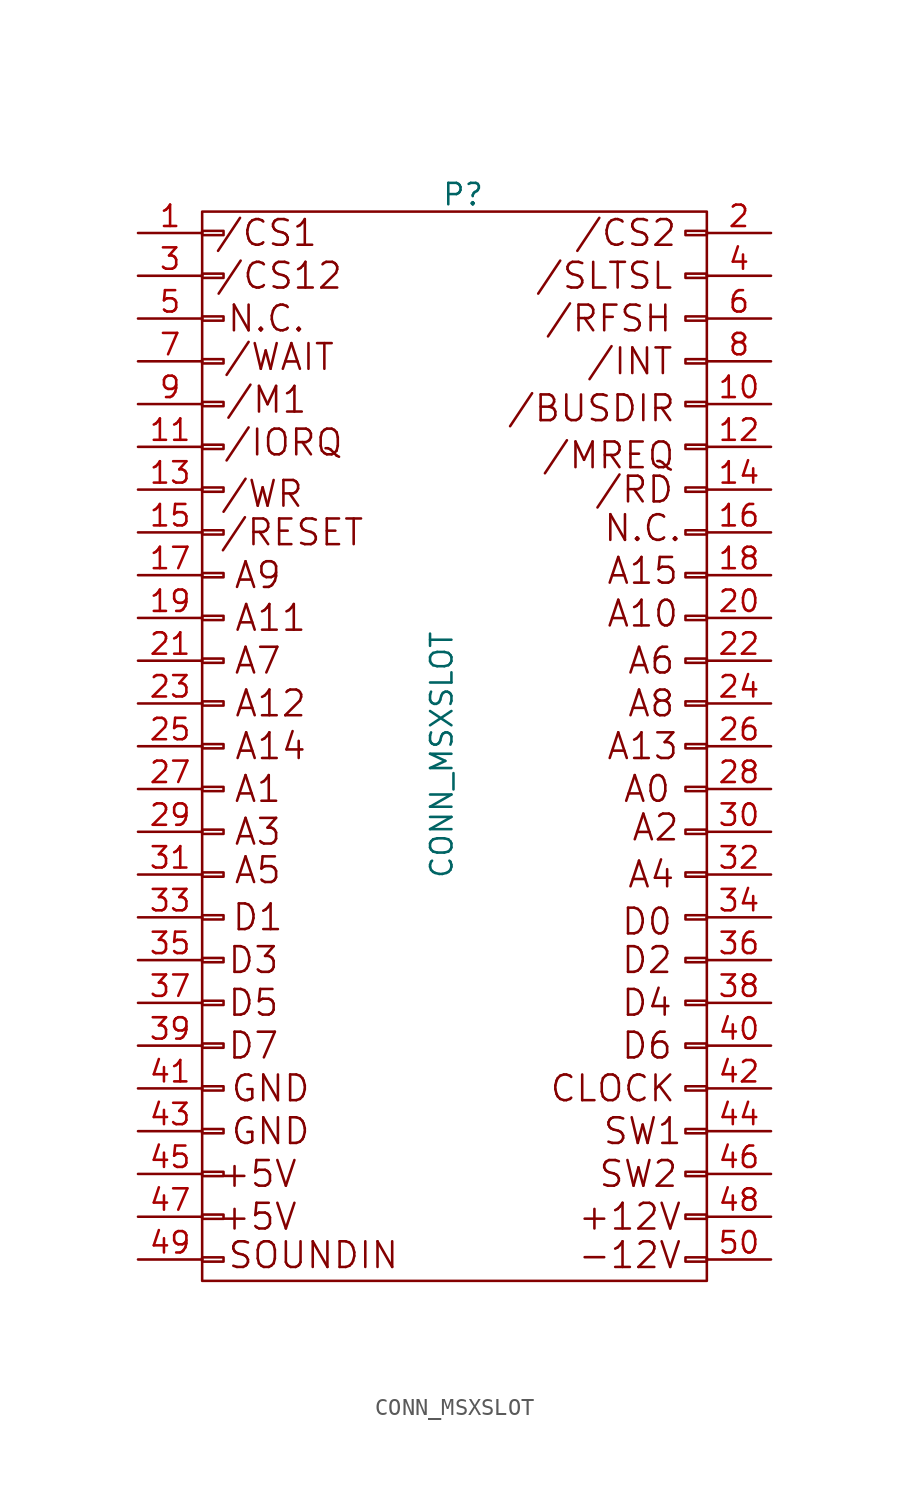
<source format=kicad_sym>
(kicad_symbol_lib
  (version 20211014)
  (generator kicad_symbol_editor)
  (symbol "CONN_MSXSLOT"
    (pin_names
      (offset 0.025) hide)
    (property "Reference" "P"
      (at -2.54 22.86 0)
      (effects (font (size 1.27 1.27))))
    (property "Value" "CONN_MSXSLOT"
      (at -3.81 -10.414 90)
      (effects (font (size 1.27 1.27))))
    (property "Footprint" ""
      (at -15.494 -28.956 0)
      (effects (font (size 1.27 1.27))))
    (property "Datasheet" ""
      (at -15.494 -28.956 0)
      (effects (font (size 1.27 1.27))))
    (symbol "CONN_MSXSLOT_0_0"
      (text "+12V" (at 7.366 -37.846 0) (effects (font (size 1.524 1.524))))
      (text "+5V" (at -14.732 -37.846 0) (effects (font (size 1.524 1.524))))
      (text "+5V" (at -14.732 -35.306 0) (effects (font (size 1.524 1.524))))
      (text "-12V" (at 7.366 -40.132 0) (effects (font (size 1.524 1.524))))
      (text "/BUSDIR" (at 5.08 10.16 0) (effects (font (size 1.524 1.524))))
      (text "/CS1" (at -14.224 20.574 0) (effects (font (size 1.524 1.524))))
      (text "/CS12" (at -13.462 18.034 0) (effects (font (size 1.524 1.524))))
      (text "/CS2" (at 7.112 20.574 0) (effects (font (size 1.524 1.524))))
      (text "/INT" (at 7.366 12.954 0) (effects (font (size 1.524 1.524))))
      (text "/IORQ" (at -13.208 8.128 0) (effects (font (size 1.524 1.524))))
      (text "/M1" (at -14.224 10.668 0) (effects (font (size 1.524 1.524))))
      (text "/MREQ" (at 6.096 7.366 0) (effects (font (size 1.524 1.524))))
      (text "/RD" (at 7.62 5.334 0) (effects (font (size 1.524 1.524))))
      (text "/RESET" (at -12.7 2.794 0) (effects (font (size 1.524 1.524))))
      (text "/RFSH" (at 6.096 15.494 0) (effects (font (size 1.524 1.524))))
      (text "/SLTSL" (at 5.842 18.034 0) (effects (font (size 1.524 1.524))))
      (text "/WAIT" (at -13.462 13.208 0) (effects (font (size 1.524 1.524))))
      (text "/WR" (at -14.478 5.08 0) (effects (font (size 1.524 1.524))))
      (text "A0" (at 8.382 -12.446 0) (effects (font (size 1.524 1.524))))
      (text "A1" (at -14.732 -12.446 0) (effects (font (size 1.524 1.524))))
      (text "A10" (at 8.128 -2.032 0) (effects (font (size 1.524 1.524))))
      (text "A11" (at -13.97 -2.286 0) (effects (font (size 1.524 1.524))))
      (text "A12" (at -13.97 -7.366 0) (effects (font (size 1.524 1.524))))
      (text "A13" (at 8.128 -9.906 0) (effects (font (size 1.524 1.524))))
      (text "A14" (at -13.97 -9.906 0) (effects (font (size 1.524 1.524))))
      (text "A15" (at 8.128 0.508 0) (effects (font (size 1.524 1.524))))
      (text "A2" (at 8.89 -14.732 0) (effects (font (size 1.524 1.524))))
      (text "A3" (at -14.732 -14.986 0) (effects (font (size 1.524 1.524))))
      (text "A4" (at 8.636 -17.526 0) (effects (font (size 1.524 1.524))))
      (text "A5" (at -14.732 -17.272 0) (effects (font (size 1.524 1.524))))
      (text "A6" (at 8.636 -4.826 0) (effects (font (size 1.524 1.524))))
      (text "A7" (at -14.732 -4.826 0) (effects (font (size 1.524 1.524))))
      (text "A8" (at 8.636 -7.366 0) (effects (font (size 1.524 1.524))))
      (text "A9" (at -14.732 0.254 0) (effects (font (size 1.524 1.524))))
      (text "CLOCK" (at 6.35 -30.226 0) (effects (font (size 1.524 1.524))))
      (text "D0" (at 8.382 -20.32 0) (effects (font (size 1.524 1.524))))
      (text "D1" (at -14.732 -20.066 0) (effects (font (size 1.524 1.524))))
      (text "D2" (at 8.382 -22.606 0) (effects (font (size 1.524 1.524))))
      (text "D3" (at -14.986 -22.606 0) (effects (font (size 1.524 1.524))))
      (text "D4" (at 8.382 -25.146 0) (effects (font (size 1.524 1.524))))
      (text "D5" (at -14.986 -25.146 0) (effects (font (size 1.524 1.524))))
      (text "D6" (at 8.382 -27.686 0) (effects (font (size 1.524 1.524))))
      (text "D7" (at -14.986 -27.686 0) (effects (font (size 1.524 1.524))))
      (text "GND" (at -13.97 -32.766 0) (effects (font (size 1.524 1.524))))
      (text "GND" (at -13.97 -30.226 0) (effects (font (size 1.524 1.524))))
      (text "N.C." (at -14.224 15.494 0) (effects (font (size 1.524 1.524))))
      (text "N.C." (at 8.128 3.048 0) (effects (font (size 1.524 1.524))))
      (text "SOUNDIN" (at -11.43 -40.132 0) (effects (font (size 1.524 1.524))))
      (text "SW1" (at 8.128 -32.766 0) (effects (font (size 1.524 1.524))))
      (text "SW2" (at 7.874 -35.306 0) (effects (font (size 1.524 1.524)))))
    (symbol "CONN_MSXSLOT_0_1"
      (rectangle (start -18.034 -40.259) (end -16.764 -40.513) (stroke (width 0) (type default) (color 0 0 0 0)) (fill (type none)))
      (rectangle (start -18.034 -37.719) (end -16.764 -37.973) (stroke (width 0) (type default) (color 0 0 0 0)) (fill (type none)))
      (rectangle (start -18.034 -35.179) (end -16.764 -35.433) (stroke (width 0) (type default) (color 0 0 0 0)) (fill (type none)))
      (rectangle (start -18.034 -32.639) (end -16.764 -32.893) (stroke (width 0) (type default) (color 0 0 0 0)) (fill (type none)))
      (rectangle (start -18.034 -30.099) (end -16.764 -30.353) (stroke (width 0) (type default) (color 0 0 0 0)) (fill (type none)))
      (rectangle (start -18.034 -27.559) (end -16.764 -27.813) (stroke (width 0) (type default) (color 0 0 0 0)) (fill (type none)))
      (rectangle (start -18.034 -25.019) (end -16.764 -25.273) (stroke (width 0) (type default) (color 0 0 0 0)) (fill (type none)))
      (rectangle (start -18.034 -22.479) (end -16.764 -22.733) (stroke (width 0) (type default) (color 0 0 0 0)) (fill (type none)))
      (rectangle (start -18.034 -19.939) (end -16.764 -20.193) (stroke (width 0) (type default) (color 0 0 0 0)) (fill (type none)))
      (rectangle (start -18.034 -17.399) (end -16.764 -17.653) (stroke (width 0) (type default) (color 0 0 0 0)) (fill (type none)))
      (rectangle (start -18.034 -14.859) (end -16.764 -15.113) (stroke (width 0) (type default) (color 0 0 0 0)) (fill (type none)))
      (rectangle (start -18.034 -12.319) (end -16.764 -12.573) (stroke (width 0) (type default) (color 0 0 0 0)) (fill (type none)))
      (rectangle (start -18.034 -9.779) (end -16.764 -10.033) (stroke (width 0) (type default) (color 0 0 0 0)) (fill (type none)))
      (rectangle (start -18.034 -7.239) (end -16.764 -7.493) (stroke (width 0) (type default) (color 0 0 0 0)) (fill (type none)))
      (rectangle (start -18.034 -4.699) (end -16.764 -4.953) (stroke (width 0) (type default) (color 0 0 0 0)) (fill (type none)))
      (rectangle (start -18.034 -2.159) (end -16.764 -2.413) (stroke (width 0) (type default) (color 0 0 0 0)) (fill (type none)))
      (rectangle (start -18.034 0.381) (end -16.764 0.127) (stroke (width 0) (type default) (color 0 0 0 0)) (fill (type none)))
      (rectangle (start -18.034 2.921) (end -16.764 2.667) (stroke (width 0) (type default) (color 0 0 0 0)) (fill (type none)))
      (rectangle (start -18.034 5.461) (end -16.764 5.207) (stroke (width 0) (type default) (color 0 0 0 0)) (fill (type none)))
      (rectangle (start -18.034 8.001) (end -16.764 7.747) (stroke (width 0) (type default) (color 0 0 0 0)) (fill (type none)))
      (rectangle (start -18.034 10.541) (end -16.764 10.287) (stroke (width 0) (type default) (color 0 0 0 0)) (fill (type none)))
      (rectangle (start -18.034 13.081) (end -16.764 12.827) (stroke (width 0) (type default) (color 0 0 0 0)) (fill (type none)))
      (rectangle (start -18.034 15.621) (end -16.764 15.367) (stroke (width 0) (type default) (color 0 0 0 0)) (fill (type none)))
      (rectangle (start -18.034 18.161) (end -16.764 17.907) (stroke (width 0) (type default) (color 0 0 0 0)) (fill (type none)))
      (rectangle (start -18.034 20.701) (end -16.764 20.447) (stroke (width 0) (type default) (color 0 0 0 0)) (fill (type none)))
      (rectangle (start -18.034 21.844) (end 11.938 -41.656) (stroke (width 0) (type default) (color 0 0 0 0)) (fill (type none)))
      (rectangle (start 10.668 -40.259) (end 11.938 -40.513) (stroke (width 0) (type default) (color 0 0 0 0)) (fill (type none)))
      (rectangle (start 10.668 -37.719) (end 11.938 -37.973) (stroke (width 0) (type default) (color 0 0 0 0)) (fill (type none)))
      (rectangle (start 10.668 -35.179) (end 11.938 -35.433) (stroke (width 0) (type default) (color 0 0 0 0)) (fill (type none)))
      (rectangle (start 10.668 -32.639) (end 11.938 -32.893) (stroke (width 0) (type default) (color 0 0 0 0)) (fill (type none)))
      (rectangle (start 10.668 -30.099) (end 11.938 -30.353) (stroke (width 0) (type default) (color 0 0 0 0)) (fill (type none)))
      (rectangle (start 10.668 -27.559) (end 11.938 -27.813) (stroke (width 0) (type default) (color 0 0 0 0)) (fill (type none)))
      (rectangle (start 10.668 -25.019) (end 11.938 -25.273) (stroke (width 0) (type default) (color 0 0 0 0)) (fill (type none)))
      (rectangle (start 10.668 -22.479) (end 11.938 -22.733) (stroke (width 0) (type default) (color 0 0 0 0)) (fill (type none)))
      (rectangle (start 10.668 -19.939) (end 11.938 -20.193) (stroke (width 0) (type default) (color 0 0 0 0)) (fill (type none)))
      (rectangle (start 10.668 -17.399) (end 11.938 -17.653) (stroke (width 0) (type default) (color 0 0 0 0)) (fill (type none)))
      (rectangle (start 10.668 -14.859) (end 11.938 -15.113) (stroke (width 0) (type default) (color 0 0 0 0)) (fill (type none)))
      (rectangle (start 10.668 -12.319) (end 11.938 -12.573) (stroke (width 0) (type default) (color 0 0 0 0)) (fill (type none)))
      (rectangle (start 10.668 -9.779) (end 11.938 -10.033) (stroke (width 0) (type default) (color 0 0 0 0)) (fill (type none)))
      (rectangle (start 10.668 -7.239) (end 11.938 -7.493) (stroke (width 0) (type default) (color 0 0 0 0)) (fill (type none)))
      (rectangle (start 10.668 -4.699) (end 11.938 -4.953) (stroke (width 0) (type default) (color 0 0 0 0)) (fill (type none)))
      (rectangle (start 10.668 -2.159) (end 11.938 -2.413) (stroke (width 0) (type default) (color 0 0 0 0)) (fill (type none)))
      (rectangle (start 10.668 0.381) (end 11.938 0.127) (stroke (width 0) (type default) (color 0 0 0 0)) (fill (type none)))
      (rectangle (start 10.668 2.921) (end 11.938 2.667) (stroke (width 0) (type default) (color 0 0 0 0)) (fill (type none)))
      (rectangle (start 10.668 5.461) (end 11.938 5.207) (stroke (width 0) (type default) (color 0 0 0 0)) (fill (type none)))
      (rectangle (start 10.668 8.001) (end 11.938 7.747) (stroke (width 0) (type default) (color 0 0 0 0)) (fill (type none)))
      (rectangle (start 10.668 10.541) (end 11.938 10.287) (stroke (width 0) (type default) (color 0 0 0 0)) (fill (type none)))
      (rectangle (start 10.668 13.081) (end 11.938 12.827) (stroke (width 0) (type default) (color 0 0 0 0)) (fill (type none)))
      (rectangle (start 10.668 15.621) (end 11.938 15.367) (stroke (width 0) (type default) (color 0 0 0 0)) (fill (type none)))
      (rectangle (start 10.668 18.161) (end 11.938 17.907) (stroke (width 0) (type default) (color 0 0 0 0)) (fill (type none)))
      (rectangle (start 10.668 20.701) (end 11.938 20.447) (stroke (width 0) (type default) (color 0 0 0 0)) (fill (type none))))
    (symbol "CONN_MSXSLOT_1_1"
      (pin passive line (at -21.844 20.574 0) (length 3.81) (name "P1" (effects (font (size 1.27 1.27)))) (number "1" (effects (font (size 1.27 1.27)))))
      (pin passive line (at 15.748 10.414 180) (length 3.81) (name "P10" (effects (font (size 1.27 1.27)))) (number "10" (effects (font (size 1.27 1.27)))))
      (pin passive line (at -21.844 7.874 0) (length 3.81) (name "P11" (effects (font (size 1.27 1.27)))) (number "11" (effects (font (size 1.27 1.27)))))
      (pin passive line (at 15.748 7.874 180) (length 3.81) (name "P12" (effects (font (size 1.27 1.27)))) (number "12" (effects (font (size 1.27 1.27)))))
      (pin passive line (at -21.844 5.334 0) (length 3.81) (name "P13" (effects (font (size 1.27 1.27)))) (number "13" (effects (font (size 1.27 1.27)))))
      (pin passive line (at 15.748 5.334 180) (length 3.81) (name "P14" (effects (font (size 1.27 1.27)))) (number "14" (effects (font (size 1.27 1.27)))))
      (pin passive line (at -21.844 2.794 0) (length 3.81) (name "P15" (effects (font (size 1.27 1.27)))) (number "15" (effects (font (size 1.27 1.27)))))
      (pin passive line (at 15.748 2.794 180) (length 3.81) (name "P16" (effects (font (size 1.27 1.27)))) (number "16" (effects (font (size 1.27 1.27)))))
      (pin passive line (at -21.844 0.254 0) (length 3.81) (name "P17" (effects (font (size 1.27 1.27)))) (number "17" (effects (font (size 1.27 1.27)))))
      (pin passive line (at 15.748 0.254 180) (length 3.81) (name "P18" (effects (font (size 1.27 1.27)))) (number "18" (effects (font (size 1.27 1.27)))))
      (pin passive line (at -21.844 -2.286 0) (length 3.81) (name "P19" (effects (font (size 1.27 1.27)))) (number "19" (effects (font (size 1.27 1.27)))))
      (pin passive line (at 15.748 20.574 180) (length 3.81) (name "P2" (effects (font (size 1.27 1.27)))) (number "2" (effects (font (size 1.27 1.27)))))
      (pin passive line (at 15.748 -2.286 180) (length 3.81) (name "P20" (effects (font (size 1.27 1.27)))) (number "20" (effects (font (size 1.27 1.27)))))
      (pin passive line (at -21.844 -4.826 0) (length 3.81) (name "P21" (effects (font (size 1.27 1.27)))) (number "21" (effects (font (size 1.27 1.27)))))
      (pin passive line (at 15.748 -4.826 180) (length 3.81) (name "P22" (effects (font (size 1.27 1.27)))) (number "22" (effects (font (size 1.27 1.27)))))
      (pin passive line (at -21.844 -7.366 0) (length 3.81) (name "P23" (effects (font (size 1.27 1.27)))) (number "23" (effects (font (size 1.27 1.27)))))
      (pin passive line (at 15.748 -7.366 180) (length 3.81) (name "P24" (effects (font (size 1.27 1.27)))) (number "24" (effects (font (size 1.27 1.27)))))
      (pin passive line (at -21.844 -9.906 0) (length 3.81) (name "P25" (effects (font (size 1.27 1.27)))) (number "25" (effects (font (size 1.27 1.27)))))
      (pin passive line (at 15.748 -9.906 180) (length 3.81) (name "P26" (effects (font (size 1.27 1.27)))) (number "26" (effects (font (size 1.27 1.27)))))
      (pin passive line (at -21.844 -12.446 0) (length 3.81) (name "P27" (effects (font (size 1.27 1.27)))) (number "27" (effects (font (size 1.27 1.27)))))
      (pin passive line (at 15.748 -12.446 180) (length 3.81) (name "P28" (effects (font (size 1.27 1.27)))) (number "28" (effects (font (size 1.27 1.27)))))
      (pin passive line (at -21.844 -14.986 0) (length 3.81) (name "P29" (effects (font (size 1.27 1.27)))) (number "29" (effects (font (size 1.27 1.27)))))
      (pin passive line (at -21.844 18.034 0) (length 3.81) (name "P3" (effects (font (size 1.27 1.27)))) (number "3" (effects (font (size 1.27 1.27)))))
      (pin passive line (at 15.748 -14.986 180) (length 3.81) (name "P30" (effects (font (size 1.27 1.27)))) (number "30" (effects (font (size 1.27 1.27)))))
      (pin passive line (at -21.844 -17.526 0) (length 3.81) (name "P31" (effects (font (size 1.27 1.27)))) (number "31" (effects (font (size 1.27 1.27)))))
      (pin passive line (at 15.748 -17.526 180) (length 3.81) (name "P32" (effects (font (size 1.27 1.27)))) (number "32" (effects (font (size 1.27 1.27)))))
      (pin passive line (at -21.844 -20.066 0) (length 3.81) (name "P33" (effects (font (size 1.27 1.27)))) (number "33" (effects (font (size 1.27 1.27)))))
      (pin passive line (at 15.748 -20.066 180) (length 3.81) (name "P34" (effects (font (size 1.27 1.27)))) (number "34" (effects (font (size 1.27 1.27)))))
      (pin passive line (at -21.844 -22.606 0) (length 3.81) (name "P35" (effects (font (size 1.27 1.27)))) (number "35" (effects (font (size 1.27 1.27)))))
      (pin passive line (at 15.748 -22.606 180) (length 3.81) (name "P36" (effects (font (size 1.27 1.27)))) (number "36" (effects (font (size 1.27 1.27)))))
      (pin passive line (at -21.844 -25.146 0) (length 3.81) (name "P37" (effects (font (size 1.27 1.27)))) (number "37" (effects (font (size 1.27 1.27)))))
      (pin passive line (at 15.748 -25.146 180) (length 3.81) (name "P38" (effects (font (size 1.27 1.27)))) (number "38" (effects (font (size 1.27 1.27)))))
      (pin passive line (at -21.844 -27.686 0) (length 3.81) (name "P39" (effects (font (size 1.27 1.27)))) (number "39" (effects (font (size 1.27 1.27)))))
      (pin passive line (at 15.748 18.034 180) (length 3.81) (name "P4" (effects (font (size 1.27 1.27)))) (number "4" (effects (font (size 1.27 1.27)))))
      (pin passive line (at 15.748 -27.686 180) (length 3.81) (name "P40" (effects (font (size 1.27 1.27)))) (number "40" (effects (font (size 1.27 1.27)))))
      (pin passive line (at -21.844 -30.226 0) (length 3.81) (name "P41" (effects (font (size 1.27 1.27)))) (number "41" (effects (font (size 1.27 1.27)))))
      (pin passive line (at 15.748 -30.226 180) (length 3.81) (name "P42" (effects (font (size 1.27 1.27)))) (number "42" (effects (font (size 1.27 1.27)))))
      (pin passive line (at -21.844 -32.766 0) (length 3.81) (name "P43" (effects (font (size 1.27 1.27)))) (number "43" (effects (font (size 1.27 1.27)))))
      (pin passive line (at 15.748 -32.766 180) (length 3.81) (name "P44" (effects (font (size 1.27 1.27)))) (number "44" (effects (font (size 1.27 1.27)))))
      (pin passive line (at -21.844 -35.306 0) (length 3.81) (name "P45" (effects (font (size 1.27 1.27)))) (number "45" (effects (font (size 1.27 1.27)))))
      (pin passive line (at 15.748 -35.306 180) (length 3.81) (name "P46" (effects (font (size 1.27 1.27)))) (number "46" (effects (font (size 1.27 1.27)))))
      (pin passive line (at -21.844 -37.846 0) (length 3.81) (name "P47" (effects (font (size 1.27 1.27)))) (number "47" (effects (font (size 1.27 1.27)))))
      (pin passive line (at 15.748 -37.846 180) (length 3.81) (name "P48" (effects (font (size 1.27 1.27)))) (number "48" (effects (font (size 1.27 1.27)))))
      (pin passive line (at -21.844 -40.386 0) (length 3.81) (name "P49" (effects (font (size 1.27 1.27)))) (number "49" (effects (font (size 1.27 1.27)))))
      (pin passive line (at -21.844 15.494 0) (length 3.81) (name "P5" (effects (font (size 1.27 1.27)))) (number "5" (effects (font (size 1.27 1.27)))))
      (pin passive line (at 15.748 -40.386 180) (length 3.81) (name "P50" (effects (font (size 1.27 1.27)))) (number "50" (effects (font (size 1.27 1.27)))))
      (pin passive line (at 15.748 15.494 180) (length 3.81) (name "P6" (effects (font (size 1.27 1.27)))) (number "6" (effects (font (size 1.27 1.27)))))
      (pin passive line (at -21.844 12.954 0) (length 3.81) (name "P7" (effects (font (size 1.27 1.27)))) (number "7" (effects (font (size 1.27 1.27)))))
      (pin passive line (at 15.748 12.954 180) (length 3.81) (name "P8" (effects (font (size 1.27 1.27)))) (number "8" (effects (font (size 1.27 1.27)))))
      (pin passive line (at -21.844 10.414 0) (length 3.81) (name "P9" (effects (font (size 1.27 1.27)))) (number "9" (effects (font (size 1.27 1.27))))))))
</source>
